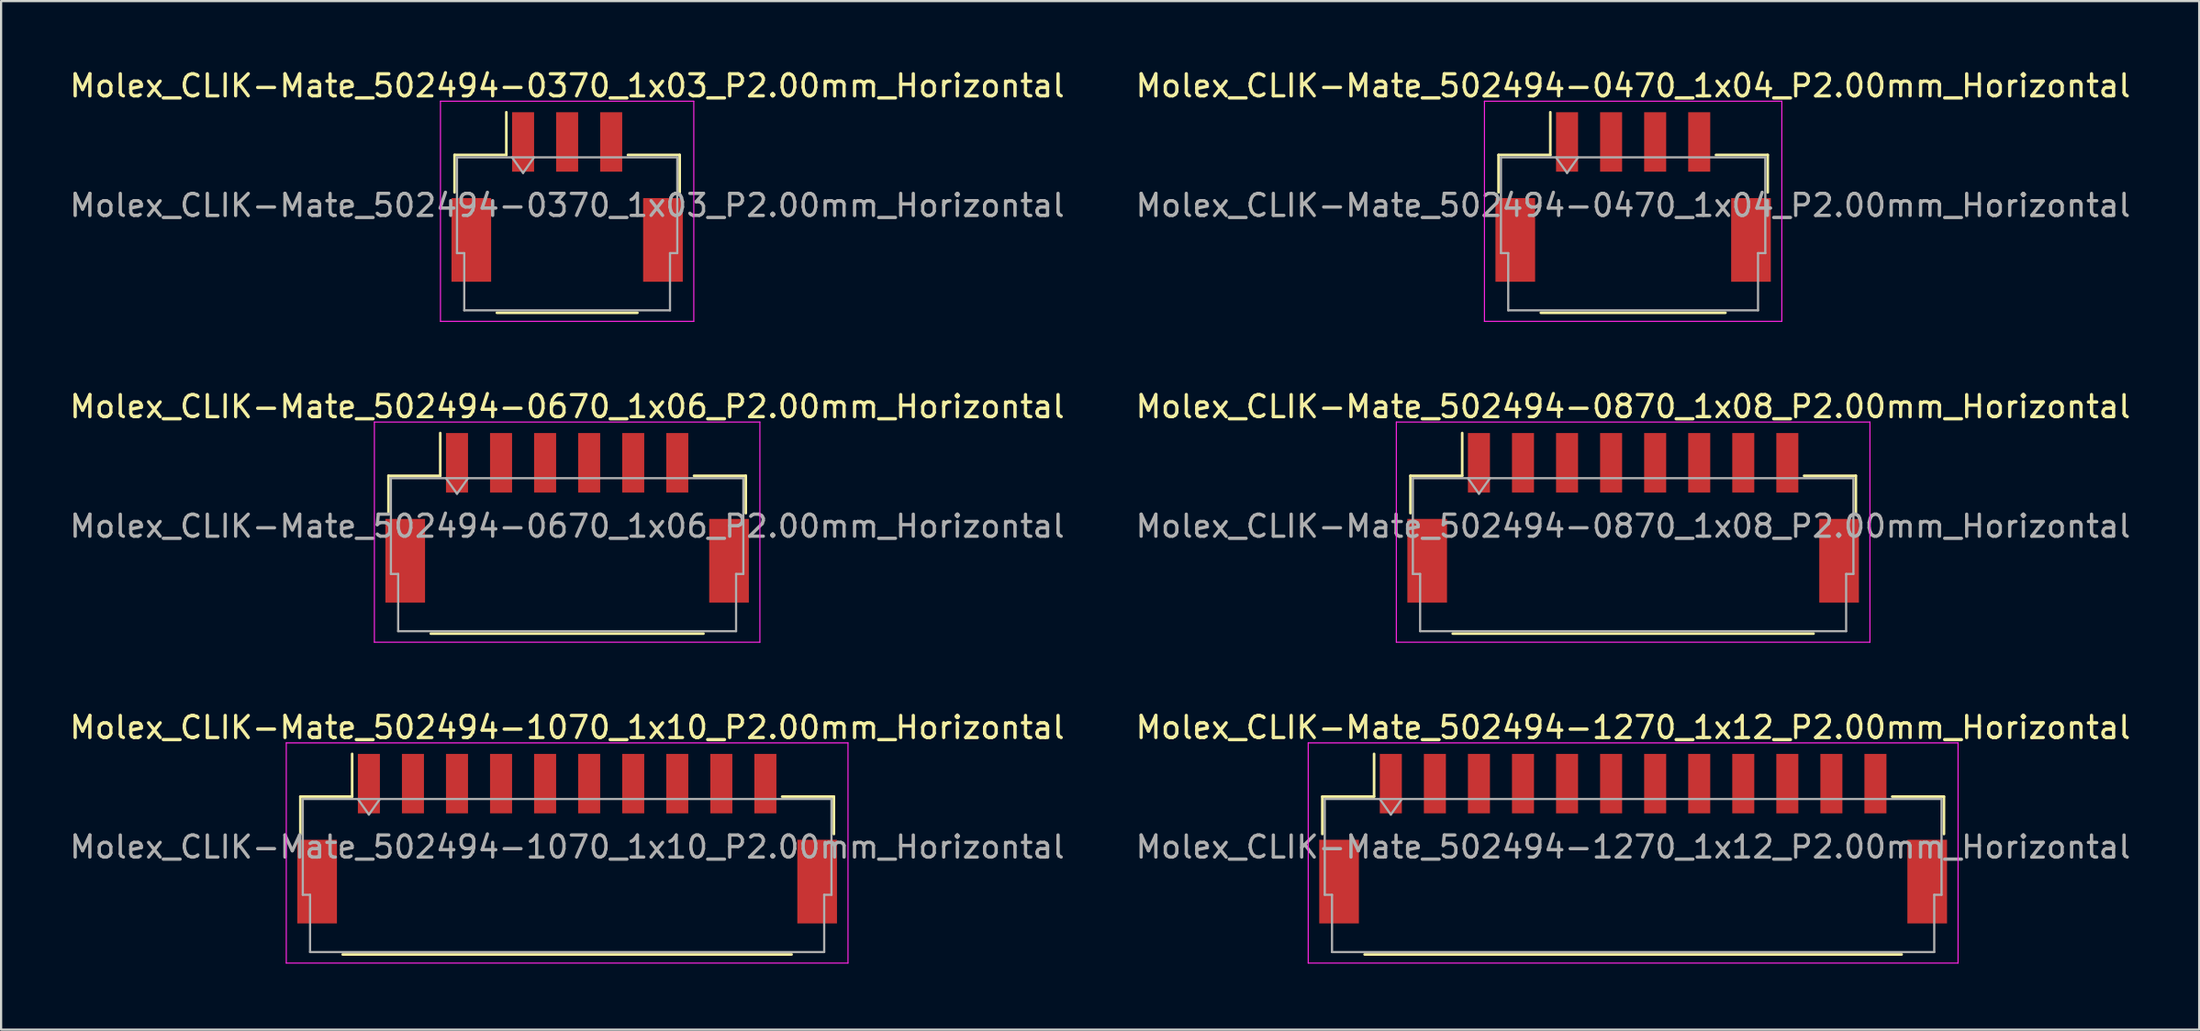
<source format=kicad_pcb>
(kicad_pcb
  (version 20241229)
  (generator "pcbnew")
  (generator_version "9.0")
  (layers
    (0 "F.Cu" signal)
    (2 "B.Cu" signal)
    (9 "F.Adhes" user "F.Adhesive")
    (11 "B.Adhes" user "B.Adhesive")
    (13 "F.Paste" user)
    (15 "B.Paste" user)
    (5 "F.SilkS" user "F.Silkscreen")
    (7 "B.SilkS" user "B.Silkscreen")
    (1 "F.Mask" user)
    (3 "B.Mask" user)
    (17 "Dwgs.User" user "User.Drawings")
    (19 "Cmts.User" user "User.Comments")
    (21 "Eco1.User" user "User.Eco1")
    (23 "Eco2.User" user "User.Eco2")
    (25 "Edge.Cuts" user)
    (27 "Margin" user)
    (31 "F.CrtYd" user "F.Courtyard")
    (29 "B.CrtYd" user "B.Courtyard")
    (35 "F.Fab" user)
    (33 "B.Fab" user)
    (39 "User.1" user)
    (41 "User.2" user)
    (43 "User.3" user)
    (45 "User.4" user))
  (footprint "Molex_CLIK-Mate_502494-0370_1x03_P2.00mm_Horizontal"
    (layer "F.Cu")
    (at 22.696 5.898)
    (property "Reference" "Molex_CLIK-Mate_502494-0370_1x03_P2.00mm_Horizontal" (at 0 -5.05 0) (layer "F.SilkS") (effects (font (size 1 1) (thickness 0.15))))
    (attr smd)
    (fp_line (start -5.11 -1.91) (end -2.76 -1.91) (stroke (width 0.12) (type solid)) (layer "F.SilkS"))
    (fp_line (start -5.11 -0.21) (end -5.11 -1.91) (stroke (width 0.12) (type solid)) (layer "F.SilkS"))
    (fp_line (start -3.19 5.26) (end 3.19 5.26) (stroke (width 0.12) (type solid)) (layer "F.SilkS"))
    (fp_line (start -2.76 -1.91) (end -2.76 -3.85) (stroke (width 0.12) (type solid)) (layer "F.SilkS"))
    (fp_line (start 5.11 -1.91) (end 2.76 -1.91) (stroke (width 0.12) (type solid)) (layer "F.SilkS"))
    (fp_line (start 5.11 -0.21) (end 5.11 -1.91) (stroke (width 0.12) (type solid)) (layer "F.SilkS"))
    (fp_line (start -5.75 -4.35) (end -5.75 5.65) (stroke (width 0.05) (type solid)) (layer "F.CrtYd"))
    (fp_line (start -5.75 5.65) (end 5.75 5.65) (stroke (width 0.05) (type solid)) (layer "F.CrtYd"))
    (fp_line (start 5.75 -4.35) (end -5.75 -4.35) (stroke (width 0.05) (type solid)) (layer "F.CrtYd"))
    (fp_line (start 5.75 5.65) (end 5.75 -4.35) (stroke (width 0.05) (type solid)) (layer "F.CrtYd"))
    (fp_line (start -5 -1.8) (end -5 2.55) (stroke (width 0.1) (type solid)) (layer "F.Fab"))
    (fp_line (start -5 -1.8) (end 5 -1.8) (stroke (width 0.1) (type solid)) (layer "F.Fab"))
    (fp_line (start -5 2.55) (end -4.67 2.55) (stroke (width 0.1) (type solid)) (layer "F.Fab"))
    (fp_line (start -4.67 2.55) (end -4.67 5.15) (stroke (width 0.1) (type solid)) (layer "F.Fab"))
    (fp_line (start -4.67 5.15) (end 4.67 5.15) (stroke (width 0.1) (type solid)) (layer "F.Fab"))
    (fp_line (start -2.5 -1.8) (end -2 -1.093) (stroke (width 0.1) (type solid)) (layer "F.Fab"))
    (fp_line (start -2 -1.093) (end -1.5 -1.8) (stroke (width 0.1) (type solid)) (layer "F.Fab"))
    (fp_line (start 4.67 2.55) (end 5 2.55) (stroke (width 0.1) (type solid)) (layer "F.Fab"))
    (fp_line (start 4.67 5.15) (end 4.67 2.55) (stroke (width 0.1) (type solid)) (layer "F.Fab"))
    (fp_line (start 5 -1.8) (end 5 2.55) (stroke (width 0.1) (type solid)) (layer "F.Fab"))
    (fp_text user "${REFERENCE}" (at 0 0.38 0) (layer "F.Fab") (effects (font (size 1 1) (thickness 0.15))))
    (pad "" smd rect (at -4.35 1.95) (size 1.8 3.8) (layers "F.Cu" "F.Mask" "F.Paste"))
    (pad "" smd rect (at 4.35 1.95) (size 1.8 3.8) (layers "F.Cu" "F.Mask" "F.Paste"))
    (pad "1" smd rect (at -2 -2.5) (size 1 2.7) (layers "F.Cu" "F.Mask" "F.Paste"))
    (pad "2" smd rect (at 0 -2.5) (size 1 2.7) (layers "F.Cu" "F.Mask" "F.Paste"))
    (pad "3" smd rect (at 2 -2.5) (size 1 2.7) (layers "F.Cu" "F.Mask" "F.Paste")))
  (footprint "Molex_CLIK-Mate_502494-0870_1x08_P2.00mm_Horizontal"
    (layer "F.Cu")
    (at 71.089 20.471)
    (property "Reference" "Molex_CLIK-Mate_502494-0870_1x08_P2.00mm_Horizontal" (at 0 -5.05 0) (layer "F.SilkS") (effects (font (size 1 1) (thickness 0.15))))
    (attr smd)
    (fp_line (start -10.11 -1.91) (end -7.76 -1.91) (stroke (width 0.12) (type solid)) (layer "F.SilkS"))
    (fp_line (start -10.11 -0.21) (end -10.11 -1.91) (stroke (width 0.12) (type solid)) (layer "F.SilkS"))
    (fp_line (start -8.19 5.26) (end 8.19 5.26) (stroke (width 0.12) (type solid)) (layer "F.SilkS"))
    (fp_line (start -7.76 -1.91) (end -7.76 -3.85) (stroke (width 0.12) (type solid)) (layer "F.SilkS"))
    (fp_line (start 10.11 -1.91) (end 7.76 -1.91) (stroke (width 0.12) (type solid)) (layer "F.SilkS"))
    (fp_line (start 10.11 -0.21) (end 10.11 -1.91) (stroke (width 0.12) (type solid)) (layer "F.SilkS"))
    (fp_line (start -10.75 -4.35) (end -10.75 5.65) (stroke (width 0.05) (type solid)) (layer "F.CrtYd"))
    (fp_line (start -10.75 5.65) (end 10.75 5.65) (stroke (width 0.05) (type solid)) (layer "F.CrtYd"))
    (fp_line (start 10.75 -4.35) (end -10.75 -4.35) (stroke (width 0.05) (type solid)) (layer "F.CrtYd"))
    (fp_line (start 10.75 5.65) (end 10.75 -4.35) (stroke (width 0.05) (type solid)) (layer "F.CrtYd"))
    (fp_line (start -10 -1.8) (end -10 2.55) (stroke (width 0.1) (type solid)) (layer "F.Fab"))
    (fp_line (start -10 -1.8) (end 10 -1.8) (stroke (width 0.1) (type solid)) (layer "F.Fab"))
    (fp_line (start -10 2.55) (end -9.67 2.55) (stroke (width 0.1) (type solid)) (layer "F.Fab"))
    (fp_line (start -9.67 2.55) (end -9.67 5.15) (stroke (width 0.1) (type solid)) (layer "F.Fab"))
    (fp_line (start -9.67 5.15) (end 9.67 5.15) (stroke (width 0.1) (type solid)) (layer "F.Fab"))
    (fp_line (start -7.5 -1.8) (end -7 -1.093) (stroke (width 0.1) (type solid)) (layer "F.Fab"))
    (fp_line (start -7 -1.093) (end -6.5 -1.8) (stroke (width 0.1) (type solid)) (layer "F.Fab"))
    (fp_line (start 9.67 2.55) (end 10 2.55) (stroke (width 0.1) (type solid)) (layer "F.Fab"))
    (fp_line (start 9.67 5.15) (end 9.67 2.55) (stroke (width 0.1) (type solid)) (layer "F.Fab"))
    (fp_line (start 10 -1.8) (end 10 2.55) (stroke (width 0.1) (type solid)) (layer "F.Fab"))
    (fp_text user "${REFERENCE}" (at 0 0.38 0) (layer "F.Fab") (effects (font (size 1 1) (thickness 0.15))))
    (pad "" smd rect (at -9.35 1.95) (size 1.8 3.8) (layers "F.Cu" "F.Mask" "F.Paste"))
    (pad "" smd rect (at 9.35 1.95) (size 1.8 3.8) (layers "F.Cu" "F.Mask" "F.Paste"))
    (pad "1" smd rect (at -7 -2.5) (size 1 2.7) (layers "F.Cu" "F.Mask" "F.Paste"))
    (pad "2" smd rect (at -5 -2.5) (size 1 2.7) (layers "F.Cu" "F.Mask" "F.Paste"))
    (pad "3" smd rect (at -3 -2.5) (size 1 2.7) (layers "F.Cu" "F.Mask" "F.Paste"))
    (pad "4" smd rect (at -1 -2.5) (size 1 2.7) (layers "F.Cu" "F.Mask" "F.Paste"))
    (pad "5" smd rect (at 1 -2.5) (size 1 2.7) (layers "F.Cu" "F.Mask" "F.Paste"))
    (pad "6" smd rect (at 3 -2.5) (size 1 2.7) (layers "F.Cu" "F.Mask" "F.Paste"))
    (pad "7" smd rect (at 5 -2.5) (size 1 2.7) (layers "F.Cu" "F.Mask" "F.Paste"))
    (pad "8" smd rect (at 7 -2.5) (size 1 2.7) (layers "F.Cu" "F.Mask" "F.Paste")))
  (footprint "Molex_CLIK-Mate_502494-0670_1x06_P2.00mm_Horizontal"
    (layer "F.Cu")
    (at 22.696 20.471)
    (property "Reference" "Molex_CLIK-Mate_502494-0670_1x06_P2.00mm_Horizontal" (at 0 -5.05 0) (layer "F.SilkS") (effects (font (size 1 1) (thickness 0.15))))
    (attr smd)
    (fp_line (start -8.11 -1.91) (end -5.76 -1.91) (stroke (width 0.12) (type solid)) (layer "F.SilkS"))
    (fp_line (start -8.11 -0.21) (end -8.11 -1.91) (stroke (width 0.12) (type solid)) (layer "F.SilkS"))
    (fp_line (start -6.19 5.26) (end 6.19 5.26) (stroke (width 0.12) (type solid)) (layer "F.SilkS"))
    (fp_line (start -5.76 -1.91) (end -5.76 -3.85) (stroke (width 0.12) (type solid)) (layer "F.SilkS"))
    (fp_line (start 8.11 -1.91) (end 5.76 -1.91) (stroke (width 0.12) (type solid)) (layer "F.SilkS"))
    (fp_line (start 8.11 -0.21) (end 8.11 -1.91) (stroke (width 0.12) (type solid)) (layer "F.SilkS"))
    (fp_line (start -8.75 -4.35) (end -8.75 5.65) (stroke (width 0.05) (type solid)) (layer "F.CrtYd"))
    (fp_line (start -8.75 5.65) (end 8.75 5.65) (stroke (width 0.05) (type solid)) (layer "F.CrtYd"))
    (fp_line (start 8.75 -4.35) (end -8.75 -4.35) (stroke (width 0.05) (type solid)) (layer "F.CrtYd"))
    (fp_line (start 8.75 5.65) (end 8.75 -4.35) (stroke (width 0.05) (type solid)) (layer "F.CrtYd"))
    (fp_line (start -8 -1.8) (end -8 2.55) (stroke (width 0.1) (type solid)) (layer "F.Fab"))
    (fp_line (start -8 -1.8) (end 8 -1.8) (stroke (width 0.1) (type solid)) (layer "F.Fab"))
    (fp_line (start -8 2.55) (end -7.67 2.55) (stroke (width 0.1) (type solid)) (layer "F.Fab"))
    (fp_line (start -7.67 2.55) (end -7.67 5.15) (stroke (width 0.1) (type solid)) (layer "F.Fab"))
    (fp_line (start -7.67 5.15) (end 7.67 5.15) (stroke (width 0.1) (type solid)) (layer "F.Fab"))
    (fp_line (start -5.5 -1.8) (end -5 -1.093) (stroke (width 0.1) (type solid)) (layer "F.Fab"))
    (fp_line (start -5 -1.093) (end -4.5 -1.8) (stroke (width 0.1) (type solid)) (layer "F.Fab"))
    (fp_line (start 7.67 2.55) (end 8 2.55) (stroke (width 0.1) (type solid)) (layer "F.Fab"))
    (fp_line (start 7.67 5.15) (end 7.67 2.55) (stroke (width 0.1) (type solid)) (layer "F.Fab"))
    (fp_line (start 8 -1.8) (end 8 2.55) (stroke (width 0.1) (type solid)) (layer "F.Fab"))
    (fp_text user "${REFERENCE}" (at 0 0.38 0) (layer "F.Fab") (effects (font (size 1 1) (thickness 0.15))))
    (pad "" smd rect (at -7.35 1.95) (size 1.8 3.8) (layers "F.Cu" "F.Mask" "F.Paste"))
    (pad "" smd rect (at 7.35 1.95) (size 1.8 3.8) (layers "F.Cu" "F.Mask" "F.Paste"))
    (pad "1" smd rect (at -5 -2.5) (size 1 2.7) (layers "F.Cu" "F.Mask" "F.Paste"))
    (pad "2" smd rect (at -3 -2.5) (size 1 2.7) (layers "F.Cu" "F.Mask" "F.Paste"))
    (pad "3" smd rect (at -1 -2.5) (size 1 2.7) (layers "F.Cu" "F.Mask" "F.Paste"))
    (pad "4" smd rect (at 1 -2.5) (size 1 2.7) (layers "F.Cu" "F.Mask" "F.Paste"))
    (pad "5" smd rect (at 3 -2.5) (size 1 2.7) (layers "F.Cu" "F.Mask" "F.Paste"))
    (pad "6" smd rect (at 5 -2.5) (size 1 2.7) (layers "F.Cu" "F.Mask" "F.Paste")))
  (footprint "Molex_CLIK-Mate_502494-0470_1x04_P2.00mm_Horizontal"
    (layer "F.Cu")
    (at 71.089 5.898)
    (property "Reference" "Molex_CLIK-Mate_502494-0470_1x04_P2.00mm_Horizontal" (at 0 -5.05 0) (layer "F.SilkS") (effects (font (size 1 1) (thickness 0.15))))
    (attr smd)
    (fp_line (start -6.11 -1.91) (end -3.76 -1.91) (stroke (width 0.12) (type solid)) (layer "F.SilkS"))
    (fp_line (start -6.11 -0.21) (end -6.11 -1.91) (stroke (width 0.12) (type solid)) (layer "F.SilkS"))
    (fp_line (start -4.19 5.26) (end 4.19 5.26) (stroke (width 0.12) (type solid)) (layer "F.SilkS"))
    (fp_line (start -3.76 -1.91) (end -3.76 -3.85) (stroke (width 0.12) (type solid)) (layer "F.SilkS"))
    (fp_line (start 6.11 -1.91) (end 3.76 -1.91) (stroke (width 0.12) (type solid)) (layer "F.SilkS"))
    (fp_line (start 6.11 -0.21) (end 6.11 -1.91) (stroke (width 0.12) (type solid)) (layer "F.SilkS"))
    (fp_line (start -6.75 -4.35) (end -6.75 5.65) (stroke (width 0.05) (type solid)) (layer "F.CrtYd"))
    (fp_line (start -6.75 5.65) (end 6.75 5.65) (stroke (width 0.05) (type solid)) (layer "F.CrtYd"))
    (fp_line (start 6.75 -4.35) (end -6.75 -4.35) (stroke (width 0.05) (type solid)) (layer "F.CrtYd"))
    (fp_line (start 6.75 5.65) (end 6.75 -4.35) (stroke (width 0.05) (type solid)) (layer "F.CrtYd"))
    (fp_line (start -6 -1.8) (end -6 2.55) (stroke (width 0.1) (type solid)) (layer "F.Fab"))
    (fp_line (start -6 -1.8) (end 6 -1.8) (stroke (width 0.1) (type solid)) (layer "F.Fab"))
    (fp_line (start -6 2.55) (end -5.67 2.55) (stroke (width 0.1) (type solid)) (layer "F.Fab"))
    (fp_line (start -5.67 2.55) (end -5.67 5.15) (stroke (width 0.1) (type solid)) (layer "F.Fab"))
    (fp_line (start -5.67 5.15) (end 5.67 5.15) (stroke (width 0.1) (type solid)) (layer "F.Fab"))
    (fp_line (start -3.5 -1.8) (end -3 -1.093) (stroke (width 0.1) (type solid)) (layer "F.Fab"))
    (fp_line (start -3 -1.093) (end -2.5 -1.8) (stroke (width 0.1) (type solid)) (layer "F.Fab"))
    (fp_line (start 5.67 2.55) (end 6 2.55) (stroke (width 0.1) (type solid)) (layer "F.Fab"))
    (fp_line (start 5.67 5.15) (end 5.67 2.55) (stroke (width 0.1) (type solid)) (layer "F.Fab"))
    (fp_line (start 6 -1.8) (end 6 2.55) (stroke (width 0.1) (type solid)) (layer "F.Fab"))
    (fp_text user "${REFERENCE}" (at 0 0.38 0) (layer "F.Fab") (effects (font (size 1 1) (thickness 0.15))))
    (pad "" smd rect (at -5.35 1.95) (size 1.8 3.8) (layers "F.Cu" "F.Mask" "F.Paste"))
    (pad "" smd rect (at 5.35 1.95) (size 1.8 3.8) (layers "F.Cu" "F.Mask" "F.Paste"))
    (pad "1" smd rect (at -3 -2.5) (size 1 2.7) (layers "F.Cu" "F.Mask" "F.Paste"))
    (pad "2" smd rect (at -1 -2.5) (size 1 2.7) (layers "F.Cu" "F.Mask" "F.Paste"))
    (pad "3" smd rect (at 1 -2.5) (size 1 2.7) (layers "F.Cu" "F.Mask" "F.Paste"))
    (pad "4" smd rect (at 3 -2.5) (size 1 2.7) (layers "F.Cu" "F.Mask" "F.Paste")))
  (footprint "Molex_CLIK-Mate_502494-1070_1x10_P2.00mm_Horizontal"
    (layer "F.Cu")
    (at 22.696 35.045)
    (property "Reference" "Molex_CLIK-Mate_502494-1070_1x10_P2.00mm_Horizontal" (at 0 -5.05 0) (layer "F.SilkS") (effects (font (size 1 1) (thickness 0.15))))
    (attr smd)
    (fp_line (start -12.11 -1.91) (end -9.76 -1.91) (stroke (width 0.12) (type solid)) (layer "F.SilkS"))
    (fp_line (start -12.11 -0.21) (end -12.11 -1.91) (stroke (width 0.12) (type solid)) (layer "F.SilkS"))
    (fp_line (start -10.19 5.26) (end 10.19 5.26) (stroke (width 0.12) (type solid)) (layer "F.SilkS"))
    (fp_line (start -9.76 -1.91) (end -9.76 -3.85) (stroke (width 0.12) (type solid)) (layer "F.SilkS"))
    (fp_line (start 12.11 -1.91) (end 9.76 -1.91) (stroke (width 0.12) (type solid)) (layer "F.SilkS"))
    (fp_line (start 12.11 -0.21) (end 12.11 -1.91) (stroke (width 0.12) (type solid)) (layer "F.SilkS"))
    (fp_line (start -12.75 -4.35) (end -12.75 5.65) (stroke (width 0.05) (type solid)) (layer "F.CrtYd"))
    (fp_line (start -12.75 5.65) (end 12.75 5.65) (stroke (width 0.05) (type solid)) (layer "F.CrtYd"))
    (fp_line (start 12.75 -4.35) (end -12.75 -4.35) (stroke (width 0.05) (type solid)) (layer "F.CrtYd"))
    (fp_line (start 12.75 5.65) (end 12.75 -4.35) (stroke (width 0.05) (type solid)) (layer "F.CrtYd"))
    (fp_line (start -12 -1.8) (end -12 2.55) (stroke (width 0.1) (type solid)) (layer "F.Fab"))
    (fp_line (start -12 -1.8) (end 12 -1.8) (stroke (width 0.1) (type solid)) (layer "F.Fab"))
    (fp_line (start -12 2.55) (end -11.67 2.55) (stroke (width 0.1) (type solid)) (layer "F.Fab"))
    (fp_line (start -11.67 2.55) (end -11.67 5.15) (stroke (width 0.1) (type solid)) (layer "F.Fab"))
    (fp_line (start -11.67 5.15) (end 11.67 5.15) (stroke (width 0.1) (type solid)) (layer "F.Fab"))
    (fp_line (start -9.5 -1.8) (end -9 -1.093) (stroke (width 0.1) (type solid)) (layer "F.Fab"))
    (fp_line (start -9 -1.093) (end -8.5 -1.8) (stroke (width 0.1) (type solid)) (layer "F.Fab"))
    (fp_line (start 11.67 2.55) (end 12 2.55) (stroke (width 0.1) (type solid)) (layer "F.Fab"))
    (fp_line (start 11.67 5.15) (end 11.67 2.55) (stroke (width 0.1) (type solid)) (layer "F.Fab"))
    (fp_line (start 12 -1.8) (end 12 2.55) (stroke (width 0.1) (type solid)) (layer "F.Fab"))
    (fp_text user "${REFERENCE}" (at 0 0.38 0) (layer "F.Fab") (effects (font (size 1 1) (thickness 0.15))))
    (pad "" smd rect (at -11.35 1.95) (size 1.8 3.8) (layers "F.Cu" "F.Mask" "F.Paste"))
    (pad "" smd rect (at 11.35 1.95) (size 1.8 3.8) (layers "F.Cu" "F.Mask" "F.Paste"))
    (pad "1" smd rect (at -9 -2.5) (size 1 2.7) (layers "F.Cu" "F.Mask" "F.Paste"))
    (pad "2" smd rect (at -7 -2.5) (size 1 2.7) (layers "F.Cu" "F.Mask" "F.Paste"))
    (pad "3" smd rect (at -5 -2.5) (size 1 2.7) (layers "F.Cu" "F.Mask" "F.Paste"))
    (pad "4" smd rect (at -3 -2.5) (size 1 2.7) (layers "F.Cu" "F.Mask" "F.Paste"))
    (pad "5" smd rect (at -1 -2.5) (size 1 2.7) (layers "F.Cu" "F.Mask" "F.Paste"))
    (pad "6" smd rect (at 1 -2.5) (size 1 2.7) (layers "F.Cu" "F.Mask" "F.Paste"))
    (pad "7" smd rect (at 3 -2.5) (size 1 2.7) (layers "F.Cu" "F.Mask" "F.Paste"))
    (pad "8" smd rect (at 5 -2.5) (size 1 2.7) (layers "F.Cu" "F.Mask" "F.Paste"))
    (pad "9" smd rect (at 7 -2.5) (size 1 2.7) (layers "F.Cu" "F.Mask" "F.Paste"))
    (pad "10" smd rect (at 9 -2.5) (size 1 2.7) (layers "F.Cu" "F.Mask" "F.Paste")))
  (footprint "Molex_CLIK-Mate_502494-1270_1x12_P2.00mm_Horizontal"
    (layer "F.Cu")
    (at 71.089 35.045)
    (property "Reference" "Molex_CLIK-Mate_502494-1270_1x12_P2.00mm_Horizontal" (at 0 -5.05 0) (layer "F.SilkS") (effects (font (size 1 1) (thickness 0.15))))
    (attr smd)
    (fp_line (start -14.11 -1.91) (end -11.76 -1.91) (stroke (width 0.12) (type solid)) (layer "F.SilkS"))
    (fp_line (start -14.11 -0.21) (end -14.11 -1.91) (stroke (width 0.12) (type solid)) (layer "F.SilkS"))
    (fp_line (start -12.19 5.26) (end 12.19 5.26) (stroke (width 0.12) (type solid)) (layer "F.SilkS"))
    (fp_line (start -11.76 -1.91) (end -11.76 -3.85) (stroke (width 0.12) (type solid)) (layer "F.SilkS"))
    (fp_line (start 14.11 -1.91) (end 11.76 -1.91) (stroke (width 0.12) (type solid)) (layer "F.SilkS"))
    (fp_line (start 14.11 -0.21) (end 14.11 -1.91) (stroke (width 0.12) (type solid)) (layer "F.SilkS"))
    (fp_line (start -14.75 -4.35) (end -14.75 5.65) (stroke (width 0.05) (type solid)) (layer "F.CrtYd"))
    (fp_line (start -14.75 5.65) (end 14.75 5.65) (stroke (width 0.05) (type solid)) (layer "F.CrtYd"))
    (fp_line (start 14.75 -4.35) (end -14.75 -4.35) (stroke (width 0.05) (type solid)) (layer "F.CrtYd"))
    (fp_line (start 14.75 5.65) (end 14.75 -4.35) (stroke (width 0.05) (type solid)) (layer "F.CrtYd"))
    (fp_line (start -14 -1.8) (end -14 2.55) (stroke (width 0.1) (type solid)) (layer "F.Fab"))
    (fp_line (start -14 -1.8) (end 14 -1.8) (stroke (width 0.1) (type solid)) (layer "F.Fab"))
    (fp_line (start -14 2.55) (end -13.67 2.55) (stroke (width 0.1) (type solid)) (layer "F.Fab"))
    (fp_line (start -13.67 2.55) (end -13.67 5.15) (stroke (width 0.1) (type solid)) (layer "F.Fab"))
    (fp_line (start -13.67 5.15) (end 13.67 5.15) (stroke (width 0.1) (type solid)) (layer "F.Fab"))
    (fp_line (start -11.5 -1.8) (end -11 -1.093) (stroke (width 0.1) (type solid)) (layer "F.Fab"))
    (fp_line (start -11 -1.093) (end -10.5 -1.8) (stroke (width 0.1) (type solid)) (layer "F.Fab"))
    (fp_line (start 13.67 2.55) (end 14 2.55) (stroke (width 0.1) (type solid)) (layer "F.Fab"))
    (fp_line (start 13.67 5.15) (end 13.67 2.55) (stroke (width 0.1) (type solid)) (layer "F.Fab"))
    (fp_line (start 14 -1.8) (end 14 2.55) (stroke (width 0.1) (type solid)) (layer "F.Fab"))
    (fp_text user "${REFERENCE}" (at 0 0.38 0) (layer "F.Fab") (effects (font (size 1 1) (thickness 0.15))))
    (pad "" smd rect (at -13.35 1.95) (size 1.8 3.8) (layers "F.Cu" "F.Mask" "F.Paste"))
    (pad "" smd rect (at 13.35 1.95) (size 1.8 3.8) (layers "F.Cu" "F.Mask" "F.Paste"))
    (pad "1" smd rect (at -11 -2.5) (size 1 2.7) (layers "F.Cu" "F.Mask" "F.Paste"))
    (pad "2" smd rect (at -9 -2.5) (size 1 2.7) (layers "F.Cu" "F.Mask" "F.Paste"))
    (pad "3" smd rect (at -7 -2.5) (size 1 2.7) (layers "F.Cu" "F.Mask" "F.Paste"))
    (pad "4" smd rect (at -5 -2.5) (size 1 2.7) (layers "F.Cu" "F.Mask" "F.Paste"))
    (pad "5" smd rect (at -3 -2.5) (size 1 2.7) (layers "F.Cu" "F.Mask" "F.Paste"))
    (pad "6" smd rect (at -1 -2.5) (size 1 2.7) (layers "F.Cu" "F.Mask" "F.Paste"))
    (pad "7" smd rect (at 1 -2.5) (size 1 2.7) (layers "F.Cu" "F.Mask" "F.Paste"))
    (pad "8" smd rect (at 3 -2.5) (size 1 2.7) (layers "F.Cu" "F.Mask" "F.Paste"))
    (pad "9" smd rect (at 5 -2.5) (size 1 2.7) (layers "F.Cu" "F.Mask" "F.Paste"))
    (pad "10" smd rect (at 7 -2.5) (size 1 2.7) (layers "F.Cu" "F.Mask" "F.Paste"))
    (pad "11" smd rect (at 9 -2.5) (size 1 2.7) (layers "F.Cu" "F.Mask" "F.Paste"))
    (pad "12" smd rect (at 11 -2.5) (size 1 2.7) (layers "F.Cu" "F.Mask" "F.Paste")))
  (gr_rect
    (start -3 -3)
    (end 96.786 43.72)
    (stroke (width 0.1) (type default))
    (fill no)
    (layer "Edge.Cuts")))
</source>
